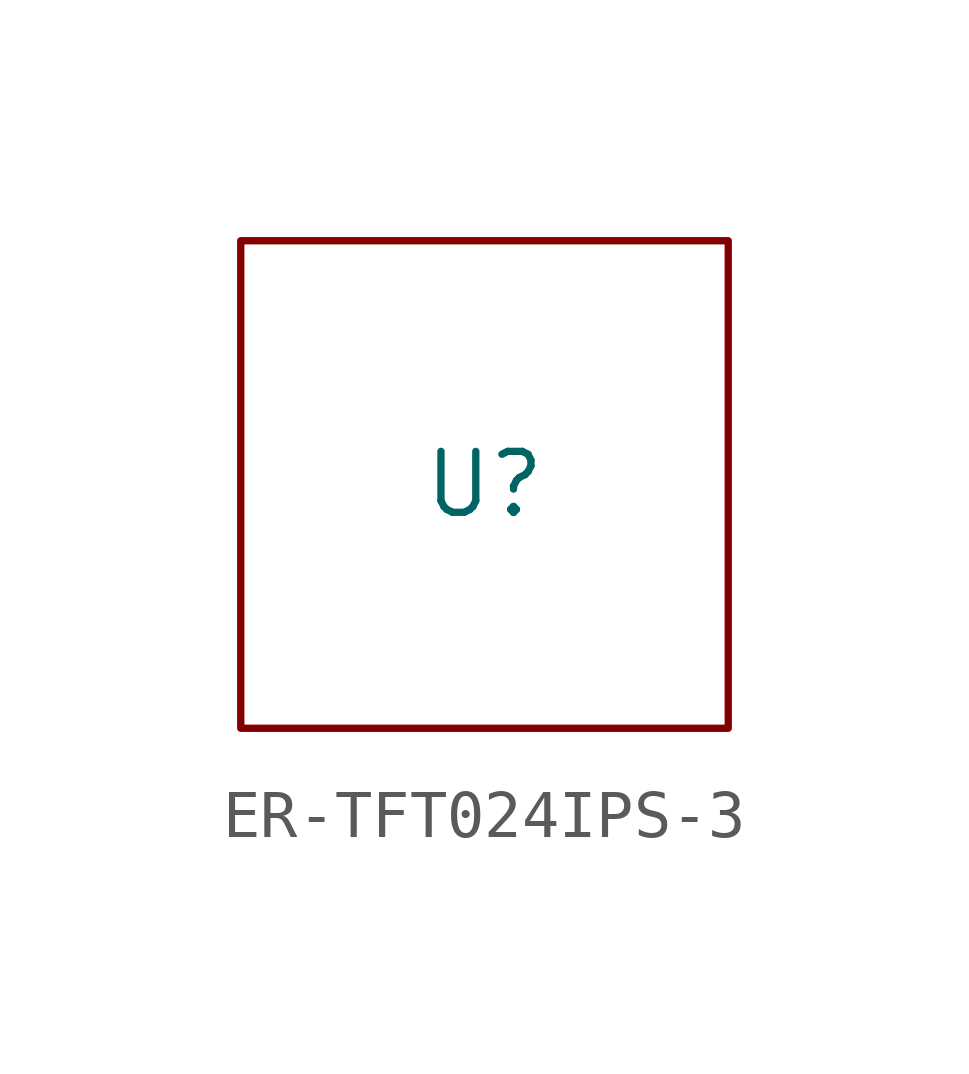
<source format=kicad_sym>
(kicad_symbol_lib
  (version 20241209)
  (generator "kicad_symbol_editor")
  (generator_version "9.0")
  (symbol "ER-TFT024IPS-3"
    (property "Reference" "U"
      (at 0 0 0)
      (effects (font (size 1.27 1.27))))
    (property "Value" ""
      (at 0 0 0)
      (effects (font (size 1.27 1.27))))
    (symbol "ER-TFT024IPS-3_0_1"
      (rectangle (start -5.08 5.08) (end 5.08 -5.08) (stroke (width 0) (type default)) (fill (type none))))))
</source>
